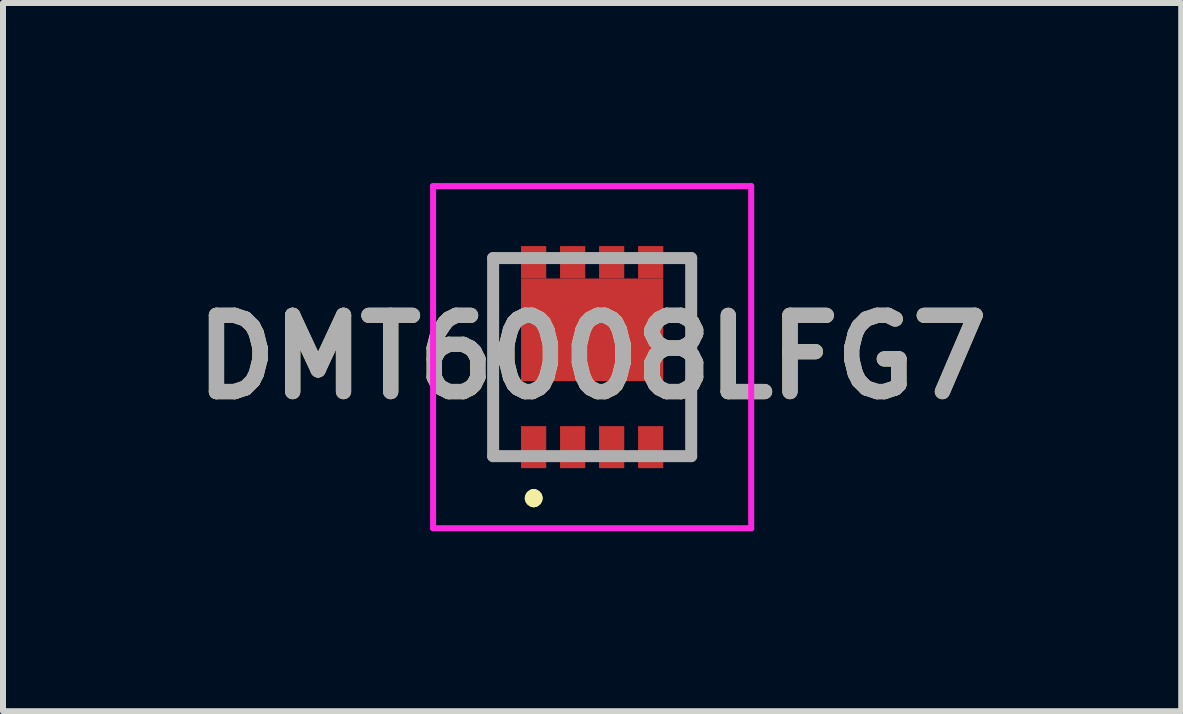
<source format=kicad_pcb>
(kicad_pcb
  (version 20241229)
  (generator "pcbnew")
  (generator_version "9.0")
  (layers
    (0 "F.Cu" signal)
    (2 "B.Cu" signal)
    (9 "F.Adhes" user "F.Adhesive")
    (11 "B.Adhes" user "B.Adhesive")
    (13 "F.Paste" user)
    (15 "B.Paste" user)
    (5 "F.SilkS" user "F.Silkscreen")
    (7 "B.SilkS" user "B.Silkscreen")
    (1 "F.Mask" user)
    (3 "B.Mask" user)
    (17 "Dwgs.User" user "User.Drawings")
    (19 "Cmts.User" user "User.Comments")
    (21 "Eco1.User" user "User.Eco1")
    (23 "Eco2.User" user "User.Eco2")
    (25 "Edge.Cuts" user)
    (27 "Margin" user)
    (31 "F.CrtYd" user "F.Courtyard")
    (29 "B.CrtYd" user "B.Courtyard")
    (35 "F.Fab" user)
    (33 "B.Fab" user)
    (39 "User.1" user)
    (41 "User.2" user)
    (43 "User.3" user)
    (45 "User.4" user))
  (footprint "DMT6008LFG7"
    (layer "F.Cu")
    (at 6.816 2.9)
    (property "Reference" "DMT6008LFG7" (at 0 0 0) (layer "F.SilkS") (effects (font (size 1.27 1.27) (thickness 0.254))))
    (attr smd)
    (fp_line (start -0.975 2.3) (end -0.975 2.3) (stroke (width 0.2) (type solid)) (layer "F.SilkS"))
    (fp_line (start -0.975 2.4) (end -0.975 2.4) (stroke (width 0.2) (type solid)) (layer "F.SilkS"))
    (fp_line (start -0.975 2.4) (end -0.975 2.4) (stroke (width 0.2) (type solid)) (layer "F.SilkS"))
    (fp_arc (start -0.975 2.3) (mid -0.925 2.35) (end -0.975 2.4) (stroke (width 0.2) (type solid)) (layer "F.SilkS"))
    (fp_arc (start -0.975 2.3) (mid -0.925 2.35) (end -0.975 2.4) (stroke (width 0.2) (type solid)) (layer "F.SilkS"))
    (fp_arc (start -0.975 2.4) (mid -1.025 2.35) (end -0.975 2.3) (stroke (width 0.2) (type solid)) (layer "F.SilkS"))
    (fp_line (start -2.65 -2.85) (end 2.65 -2.85) (stroke (width 0.1) (type solid)) (layer "F.CrtYd"))
    (fp_line (start -2.65 2.85) (end -2.65 -2.85) (stroke (width 0.1) (type solid)) (layer "F.CrtYd"))
    (fp_line (start 2.65 -2.85) (end 2.65 2.85) (stroke (width 0.1) (type solid)) (layer "F.CrtYd"))
    (fp_line (start 2.65 2.85) (end -2.65 2.85) (stroke (width 0.1) (type solid)) (layer "F.CrtYd"))
    (fp_line (start -1.65 -1.65) (end 1.65 -1.65) (stroke (width 0.2) (type solid)) (layer "F.Fab"))
    (fp_line (start -1.65 1.65) (end -1.65 -1.65) (stroke (width 0.2) (type solid)) (layer "F.Fab"))
    (fp_line (start 1.65 -1.65) (end 1.65 1.65) (stroke (width 0.2) (type solid)) (layer "F.Fab"))
    (fp_line (start 1.65 1.65) (end -1.65 1.65) (stroke (width 0.2) (type solid)) (layer "F.Fab"))
    (fp_text user "${REFERENCE}" (at 0 0 0) (layer "F.Fab") (effects (font (size 1.27 1.27) (thickness 0.254))))
    (pad "1" smd rect (at -0.975 1.5) (size 0.42 0.7) (layers "F.Cu" "F.Mask" "F.Paste"))
    (pad "2" smd rect (at -0.325 1.5) (size 0.42 0.7) (layers "F.Cu" "F.Mask" "F.Paste"))
    (pad "3" smd rect (at 0.325 1.5) (size 0.42 0.7) (layers "F.Cu" "F.Mask" "F.Paste"))
    (pad "4" smd rect (at 0.975 1.5) (size 0.42 0.7) (layers "F.Cu" "F.Mask" "F.Paste"))
    (pad "5" smd rect (at 0.975 -1.58) (size 0.42 0.54) (layers "F.Cu" "F.Mask" "F.Paste"))
    (pad "6" smd rect (at 0.325 -1.58) (size 0.42 0.54) (layers "F.Cu" "F.Mask" "F.Paste"))
    (pad "7" smd rect (at -0.325 -1.58) (size 0.42 0.54) (layers "F.Cu" "F.Mask" "F.Paste"))
    (pad "8" smd rect (at -0.975 -1.58) (size 0.42 0.54) (layers "F.Cu" "F.Mask" "F.Paste"))
    (pad "9" smd rect (at 0 -0.455 90) (size 1.71 2.37) (layers "F.Cu" "F.Mask" "F.Paste")))
  (gr_rect
    (start -3 -3)
    (end 16.631 8.8)
    (stroke (width 0.1) (type default))
    (fill no)
    (layer "Edge.Cuts")))
</source>
